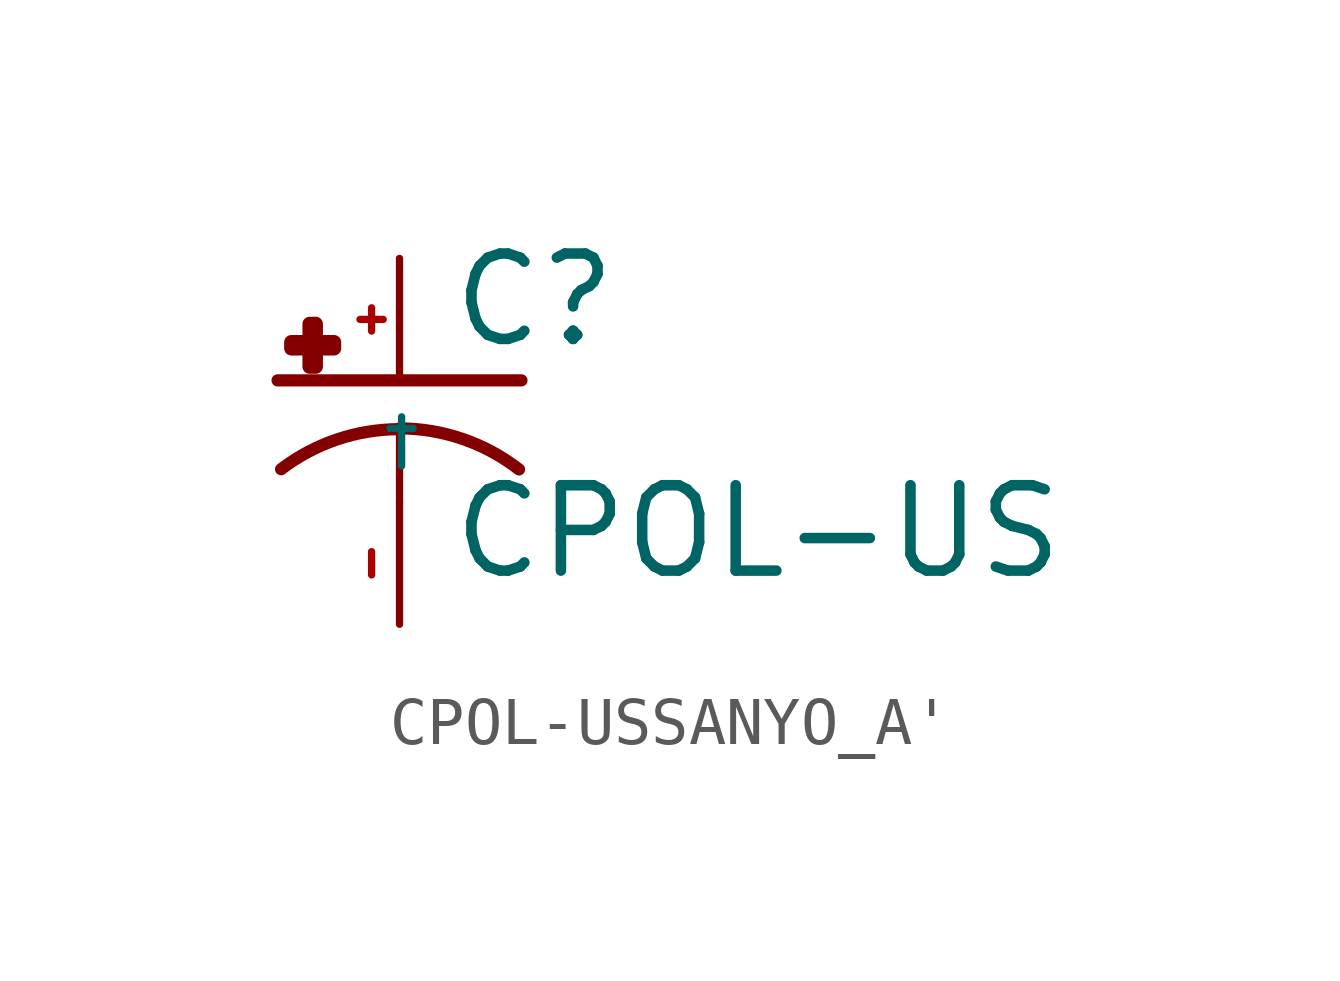
<source format=kicad_sym>
(kicad_symbol_lib
  (version 20220914)
  (generator Eagle2Kicad)
  (symbol "CPOL-USSANYO_A'"
    (property "Reference" "C"
      (at 1.016 0.635 0)
      (effects (font (size 1.778 1.778) (thickness 0.22)) (justify left bottom)))
    (property "Value" "CPOL-US"
      (at 1.016 -4.191 0)
      (effects (font (size 1.778 1.778) (thickness 0.22)) (justify left bottom)))
    (polyline
      (pts (xy -2.54 0) (xy 2.54 0))
      (stroke (width 0.254) (type default))
      (fill (type none)))
    (polyline
      (pts (xy 0 -1.016) (xy 0 -2.54))
      (stroke (width 0.152) (type default))
      (fill (type none)))
    (arc
      (start 2.4892 -1.8542)
      (mid 1.316 -1.220)
      (end 0 -1)
      (stroke (width 0.254) (type default))
      (fill (type none)))
    (arc
      (start 0 -1.0161)
      (mid -1.302 -1.230)
      (end -2.4669 -1.8504)
      (stroke (width 0.254) (type default))
      (fill (type none)))
    (rectangle
      (start -2.253 0.668)
      (end -1.364 0.795)
      (stroke (width 0.3) (type default))
      (fill (type outline)))
    (rectangle
      (start -1.872 0.287)
      (end -1.745 1.176)
      (stroke (width 0.3) (type default))
      (fill (type outline)))
    (pin passive line
      (at 0 2.54 270)
      (length 2.54)
      (name "+" (effects (font (size 0.635 0.635) (thickness 0.08)) (justify left bottom)))
      (number "+" (effects (font (size 0.635 0.635) (thickness 0.08)) (justify left bottom))))
    (pin passive line
      (at 0 -5.08 90)
      (length 2.54)
      (name "-" (effects (font (size 0.635 0.635) (thickness 0.08)) (justify left bottom)))
      (number "-" (effects (font (size 0.635 0.635) (thickness 0.08)) (justify left bottom))))))
</source>
